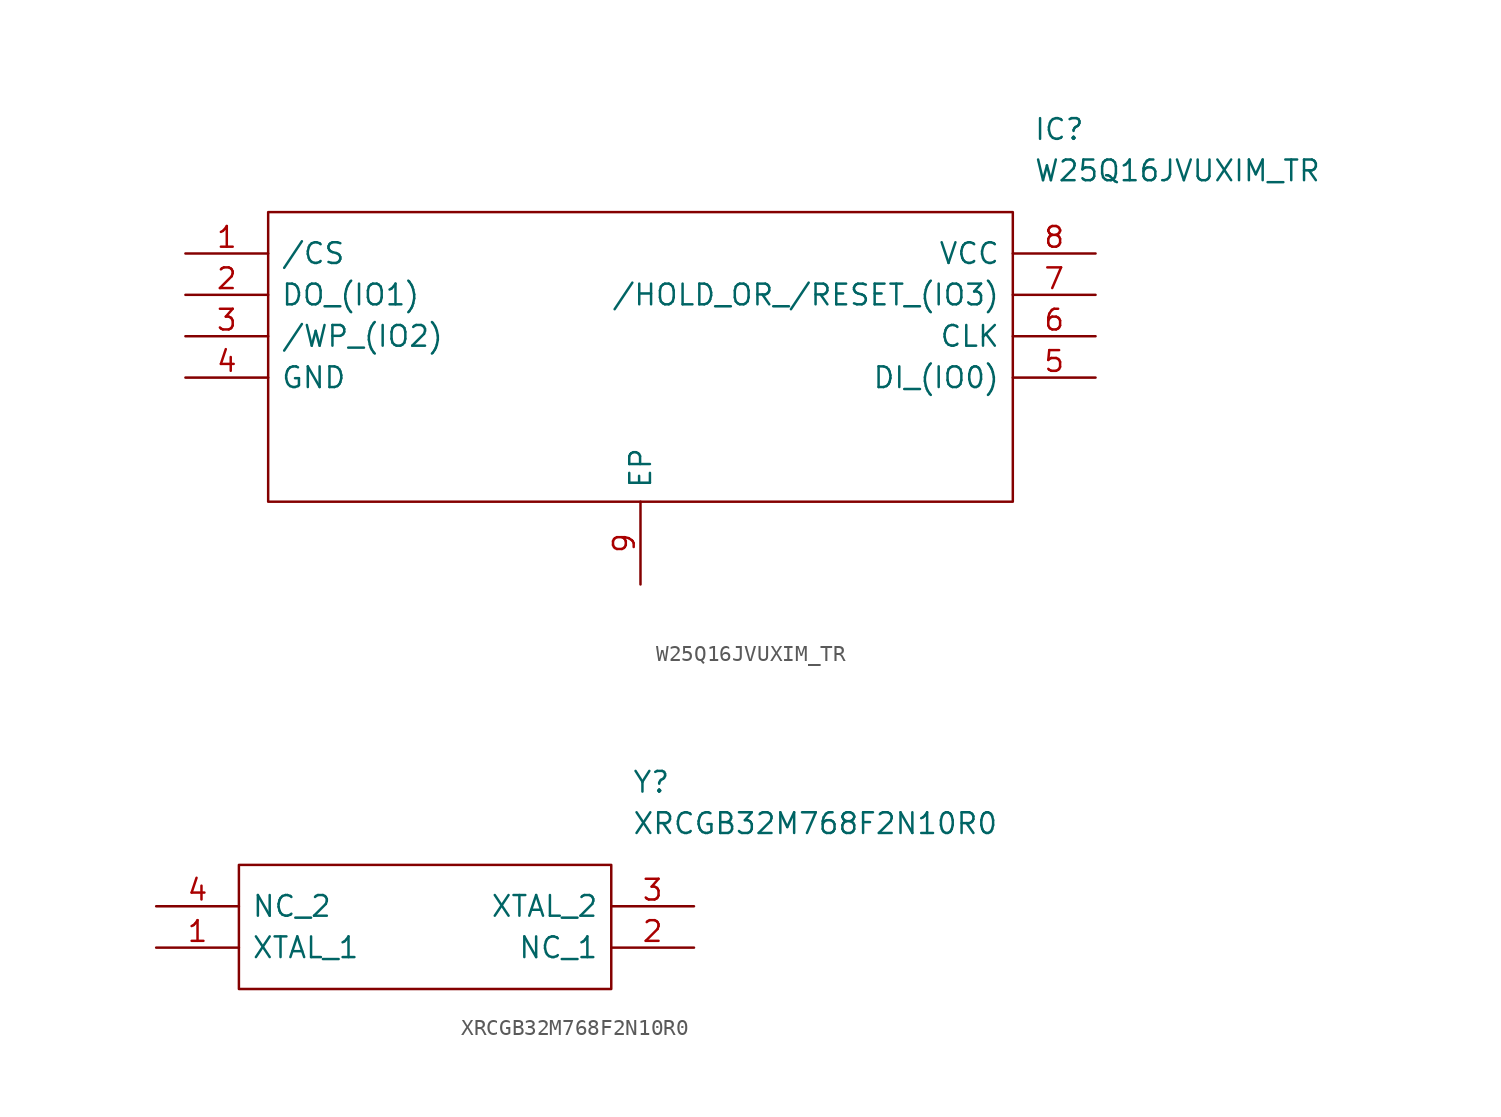
<source format=kicad_sym>
(kicad_symbol_lib
  (version 20241209)
  (generator "kicad_symbol_editor")
  (generator_version "9.0")
  (symbol "W25Q16JVUXIM_TR"
    (pin_names
      (offset 0.762))
    (property "Reference" "IC"
      (at 52.07 7.62 0)
      (effects (font (size 1.27 1.27)) (justify left)))
    (property "Value" "W25Q16JVUXIM_TR"
      (at 52.07 5.08 0)
      (effects (font (size 1.27 1.27)) (justify left)))
    (symbol "W25Q16JVUXIM_TR_0_0"
      (pin passive line (at 0 0 0) (length 5.08) (name "/CS" (effects (font (size 1.27 1.27)))) (number "1" (effects (font (size 1.27 1.27)))))
      (pin passive line (at 0 -2.54 0) (length 5.08) (name "DO_(IO1)" (effects (font (size 1.27 1.27)))) (number "2" (effects (font (size 1.27 1.27)))))
      (pin passive line (at 0 -5.08 0) (length 5.08) (name "/WP_(IO2)" (effects (font (size 1.27 1.27)))) (number "3" (effects (font (size 1.27 1.27)))))
      (pin passive line (at 0 -7.62 0) (length 5.08) (name "GND" (effects (font (size 1.27 1.27)))) (number "4" (effects (font (size 1.27 1.27)))))
      (pin passive line (at 27.94 -20.32 90) (length 5.08) (name "EP" (effects (font (size 1.27 1.27)))) (number "9" (effects (font (size 1.27 1.27)))))
      (pin passive line (at 55.88 0 180) (length 5.08) (name "VCC" (effects (font (size 1.27 1.27)))) (number "8" (effects (font (size 1.27 1.27)))))
      (pin passive line (at 55.88 -2.54 180) (length 5.08) (name "/HOLD_OR_/RESET_(IO3)" (effects (font (size 1.27 1.27)))) (number "7" (effects (font (size 1.27 1.27)))))
      (pin passive line (at 55.88 -5.08 180) (length 5.08) (name "CLK" (effects (font (size 1.27 1.27)))) (number "6" (effects (font (size 1.27 1.27)))))
      (pin passive line (at 55.88 -7.62 180) (length 5.08) (name "DI_(IO0)" (effects (font (size 1.27 1.27)))) (number "5" (effects (font (size 1.27 1.27))))))
    (symbol "W25Q16JVUXIM_TR_0_1"
      (polyline (pts (xy 5.08 2.54) (xy 50.8 2.54) (xy 50.8 -15.24) (xy 5.08 -15.24) (xy 5.08 2.54)) (stroke (width 0.152) (type solid)) (fill (type none)))))
  (symbol "XRCGB32M768F2N10R0"
    (pin_names
      (offset 0.762))
    (property "Reference" "Y"
      (at 29.21 7.62 0)
      (effects (font (size 1.27 1.27)) (justify left)))
    (property "Value" "XRCGB32M768F2N10R0"
      (at 29.21 5.08 0)
      (effects (font (size 1.27 1.27)) (justify left)))
    (symbol "XRCGB32M768F2N10R0_0_0"
      (pin passive line (at 0 0 0) (length 5.08) (name "NC_2" (effects (font (size 1.27 1.27)))) (number "4" (effects (font (size 1.27 1.27)))))
      (pin passive line (at 0 -2.54 0) (length 5.08) (name "XTAL_1" (effects (font (size 1.27 1.27)))) (number "1" (effects (font (size 1.27 1.27)))))
      (pin passive line (at 33.02 0 180) (length 5.08) (name "XTAL_2" (effects (font (size 1.27 1.27)))) (number "3" (effects (font (size 1.27 1.27)))))
      (pin passive line (at 33.02 -2.54 180) (length 5.08) (name "NC_1" (effects (font (size 1.27 1.27)))) (number "2" (effects (font (size 1.27 1.27))))))
    (symbol "XRCGB32M768F2N10R0_0_1"
      (polyline (pts (xy 5.08 2.54) (xy 27.94 2.54) (xy 27.94 -5.08) (xy 5.08 -5.08) (xy 5.08 2.54)) (stroke (width 0.152) (type solid)) (fill (type none))))))
</source>
